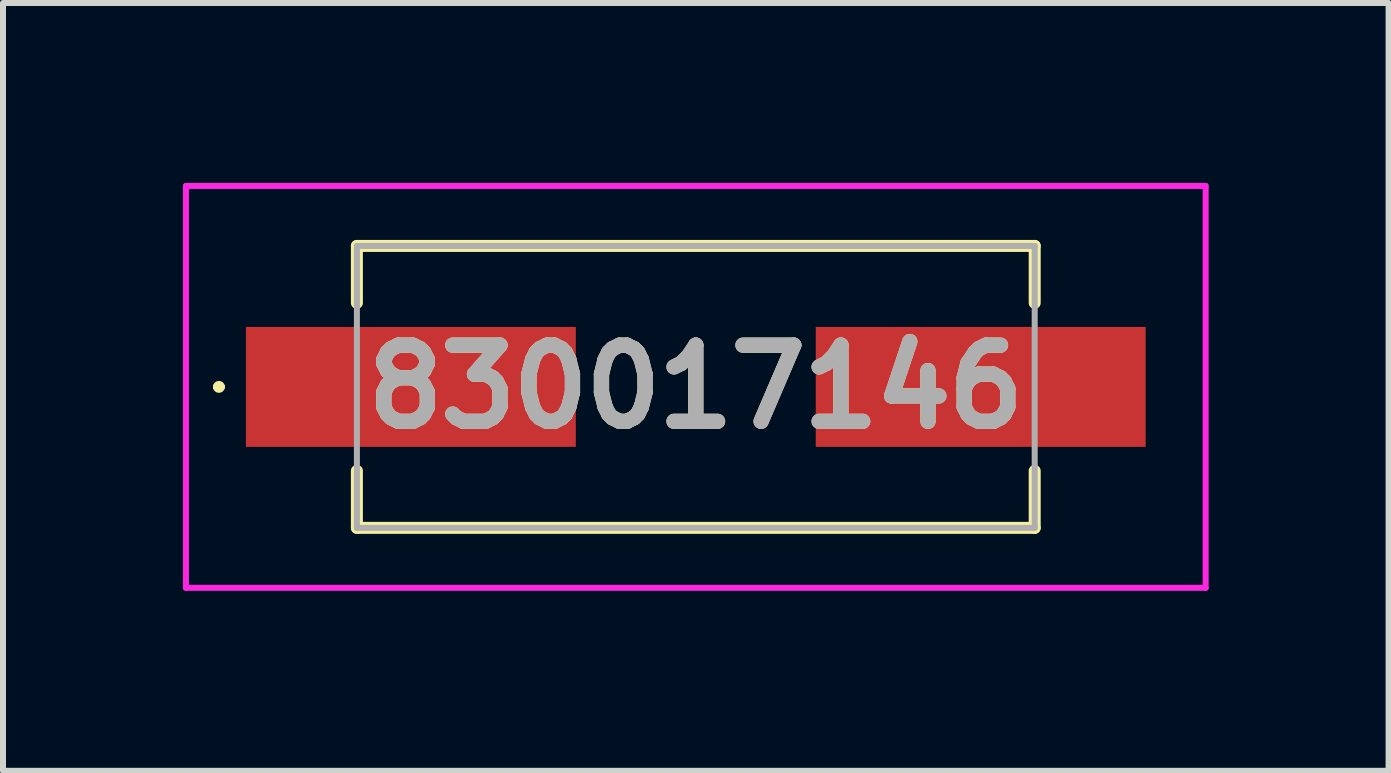
<source format=kicad_pcb>
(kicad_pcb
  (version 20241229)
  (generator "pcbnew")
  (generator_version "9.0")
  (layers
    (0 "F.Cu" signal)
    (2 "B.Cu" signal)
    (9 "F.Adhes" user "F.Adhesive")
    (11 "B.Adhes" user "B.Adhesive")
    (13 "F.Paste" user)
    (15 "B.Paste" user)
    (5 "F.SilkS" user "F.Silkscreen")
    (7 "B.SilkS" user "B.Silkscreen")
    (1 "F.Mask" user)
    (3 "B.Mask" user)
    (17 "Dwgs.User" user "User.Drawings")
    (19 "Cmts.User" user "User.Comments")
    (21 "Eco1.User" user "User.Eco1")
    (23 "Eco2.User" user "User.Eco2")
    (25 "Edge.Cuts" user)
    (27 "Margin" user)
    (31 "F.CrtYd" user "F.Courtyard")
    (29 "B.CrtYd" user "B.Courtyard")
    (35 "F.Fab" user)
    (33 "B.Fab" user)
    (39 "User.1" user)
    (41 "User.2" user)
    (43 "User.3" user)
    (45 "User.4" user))
  (footprint "830017146"
    (layer "F.Cu")
    (at 8.55 3.4)
    (property "Reference" "830017146" (at 0 0 0) (layer "F.SilkS") (effects (font (size 1.27 1.27) (thickness 0.254))))
    (attr smd)
    (fp_line (start -8 0) (end -8 0) (stroke (width 0.1) (type solid)) (layer "F.SilkS"))
    (fp_line (start -7.9 0) (end -7.9 0) (stroke (width 0.1) (type solid)) (layer "F.SilkS"))
    (fp_line (start -5.65 -2.35) (end 5.65 -2.35) (stroke (width 0.2) (type solid)) (layer "F.SilkS"))
    (fp_line (start -5.65 -1.4) (end -5.65 -2.35) (stroke (width 0.2) (type solid)) (layer "F.SilkS"))
    (fp_line (start -5.65 1.4) (end -5.65 2.35) (stroke (width 0.2) (type solid)) (layer "F.SilkS"))
    (fp_line (start -5.65 2.35) (end 5.65 2.35) (stroke (width 0.2) (type solid)) (layer "F.SilkS"))
    (fp_line (start 5.65 -2.35) (end 5.65 -1.4) (stroke (width 0.2) (type solid)) (layer "F.SilkS"))
    (fp_line (start 5.65 2.35) (end 5.65 1.4) (stroke (width 0.2) (type solid)) (layer "F.SilkS"))
    (fp_arc (start -8 0) (mid -7.95 -0.05) (end -7.9 0) (stroke (width 0.1) (type solid)) (layer "F.SilkS"))
    (fp_arc (start -7.9 0) (mid -7.95 0.05) (end -8 0) (stroke (width 0.1) (type solid)) (layer "F.SilkS"))
    (fp_line (start -8.5 -3.35) (end 8.5 -3.35) (stroke (width 0.1) (type solid)) (layer "F.CrtYd"))
    (fp_line (start -8.5 3.35) (end -8.5 -3.35) (stroke (width 0.1) (type solid)) (layer "F.CrtYd"))
    (fp_line (start 8.5 -3.35) (end 8.5 3.35) (stroke (width 0.1) (type solid)) (layer "F.CrtYd"))
    (fp_line (start 8.5 3.35) (end -8.5 3.35) (stroke (width 0.1) (type solid)) (layer "F.CrtYd"))
    (fp_line (start -5.65 -2.35) (end -5.65 2.35) (stroke (width 0.1) (type solid)) (layer "F.Fab"))
    (fp_line (start -5.65 2.35) (end 5.65 2.35) (stroke (width 0.1) (type solid)) (layer "F.Fab"))
    (fp_line (start 5.65 -2.35) (end -5.65 -2.35) (stroke (width 0.1) (type solid)) (layer "F.Fab"))
    (fp_line (start 5.65 2.35) (end 5.65 -2.35) (stroke (width 0.1) (type solid)) (layer "F.Fab"))
    (fp_text user "${REFERENCE}" (at 0 0 0) (layer "F.Fab") (effects (font (size 1.27 1.27) (thickness 0.254))))
    (pad "1" smd rect (at -4.75 0 90) (size 2 5.5) (layers "F.Cu" "F.Mask" "F.Paste"))
    (pad "2" smd rect (at 4.75 0 90) (size 2 5.5) (layers "F.Cu" "F.Mask" "F.Paste")))
  (gr_rect
    (start -3 -3)
    (end 20.1 9.8)
    (stroke (width 0.1) (type default))
    (fill no)
    (layer "Edge.Cuts")))
</source>
